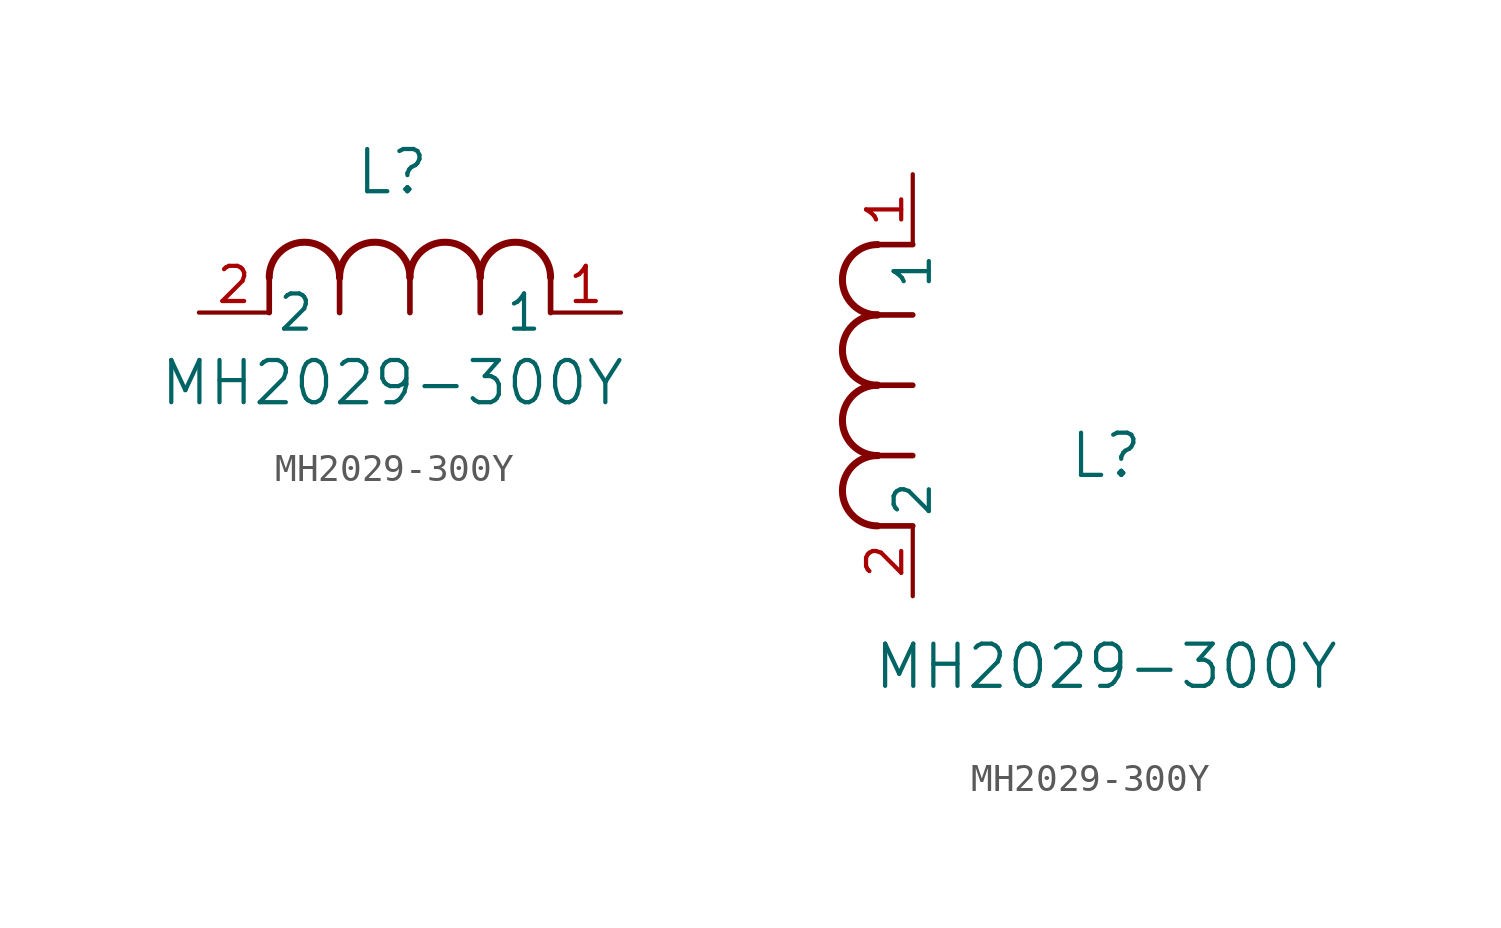
<source format=kicad_sym>
(kicad_symbol_lib
  (version 20241209)
  (generator "kicad_symbol_editor")
  (generator_version "9.0")
  (symbol "MH2029-300Y"
    (pin_names
      (offset 0.254))
    (property "Reference" "L"
      (at 6.985 5.08 0)
      (effects (font (size 1.524 1.524))))
    (property "Value" "MH2029-300Y"
      (at 6.985 -2.54 0)
      (effects (font (size 1.524 1.524))))
    (symbol "MH2029-300Y_1_1"
      (polyline (pts (xy 2.54 0) (xy 2.54 1.27)) (stroke (width 0.203) (type default)) (fill (type none)))
      (arc (start 2.54 1.27) (mid 3.81 2.5344) (end 5.08 1.27) (stroke (width 0.254) (type default)) (fill (type none)))
      (polyline (pts (xy 5.08 0) (xy 5.08 1.27)) (stroke (width 0.203) (type default)) (fill (type none)))
      (arc (start 5.08 1.27) (mid 6.35 2.5344) (end 7.62 1.27) (stroke (width 0.254) (type default)) (fill (type none)))
      (polyline (pts (xy 7.62 0) (xy 7.62 1.27)) (stroke (width 0.203) (type default)) (fill (type none)))
      (arc (start 7.62 1.27) (mid 8.89 2.5344) (end 10.16 1.27) (stroke (width 0.254) (type default)) (fill (type none)))
      (polyline (pts (xy 10.16 0) (xy 10.16 1.27)) (stroke (width 0.203) (type default)) (fill (type none)))
      (arc (start 10.16 1.27) (mid 11.43 2.5344) (end 12.7 1.27) (stroke (width 0.254) (type default)) (fill (type none)))
      (polyline (pts (xy 12.7 0) (xy 12.7 1.27)) (stroke (width 0.203) (type default)) (fill (type none)))
      (pin output line (at 0 0 0) (length 2.54) (name "2" (effects (font (size 1.27 1.27)))) (number "2" (effects (font (size 1.27 1.27)))))
      (pin input line (at 15.24 0 180) (length 2.54) (name "1" (effects (font (size 1.27 1.27)))) (number "1" (effects (font (size 1.27 1.27))))))
    (symbol "MH2029-300Y_1_2"
      (arc (start -1.27 10.16) (mid -2.5344 11.43) (end -1.27 12.7) (stroke (width 0.254) (type default)) (fill (type none)))
      (arc (start -1.27 7.62) (mid -2.5344 8.89) (end -1.27 10.16) (stroke (width 0.254) (type default)) (fill (type none)))
      (arc (start -1.27 5.08) (mid -2.5344 6.35) (end -1.27 7.62) (stroke (width 0.254) (type default)) (fill (type none)))
      (arc (start -1.27 2.54) (mid -2.5344 3.81) (end -1.27 5.08) (stroke (width 0.254) (type default)) (fill (type none)))
      (polyline (pts (xy 0 12.7) (xy -1.27 12.7)) (stroke (width 0.203) (type default)) (fill (type none)))
      (polyline (pts (xy 0 10.16) (xy -1.27 10.16)) (stroke (width 0.203) (type default)) (fill (type none)))
      (polyline (pts (xy 0 7.62) (xy -1.27 7.62)) (stroke (width 0.203) (type default)) (fill (type none)))
      (polyline (pts (xy 0 5.08) (xy -1.27 5.08)) (stroke (width 0.203) (type default)) (fill (type none)))
      (polyline (pts (xy 0 2.54) (xy -1.27 2.54)) (stroke (width 0.203) (type default)) (fill (type none)))
      (pin unspecified line (at 0 15.24 270) (length 2.54) (name "1" (effects (font (size 1.27 1.27)))) (number "1" (effects (font (size 1.27 1.27)))))
      (pin unspecified line (at 0 0 90) (length 2.54) (name "2" (effects (font (size 1.27 1.27)))) (number "2" (effects (font (size 1.27 1.27))))))))
</source>
